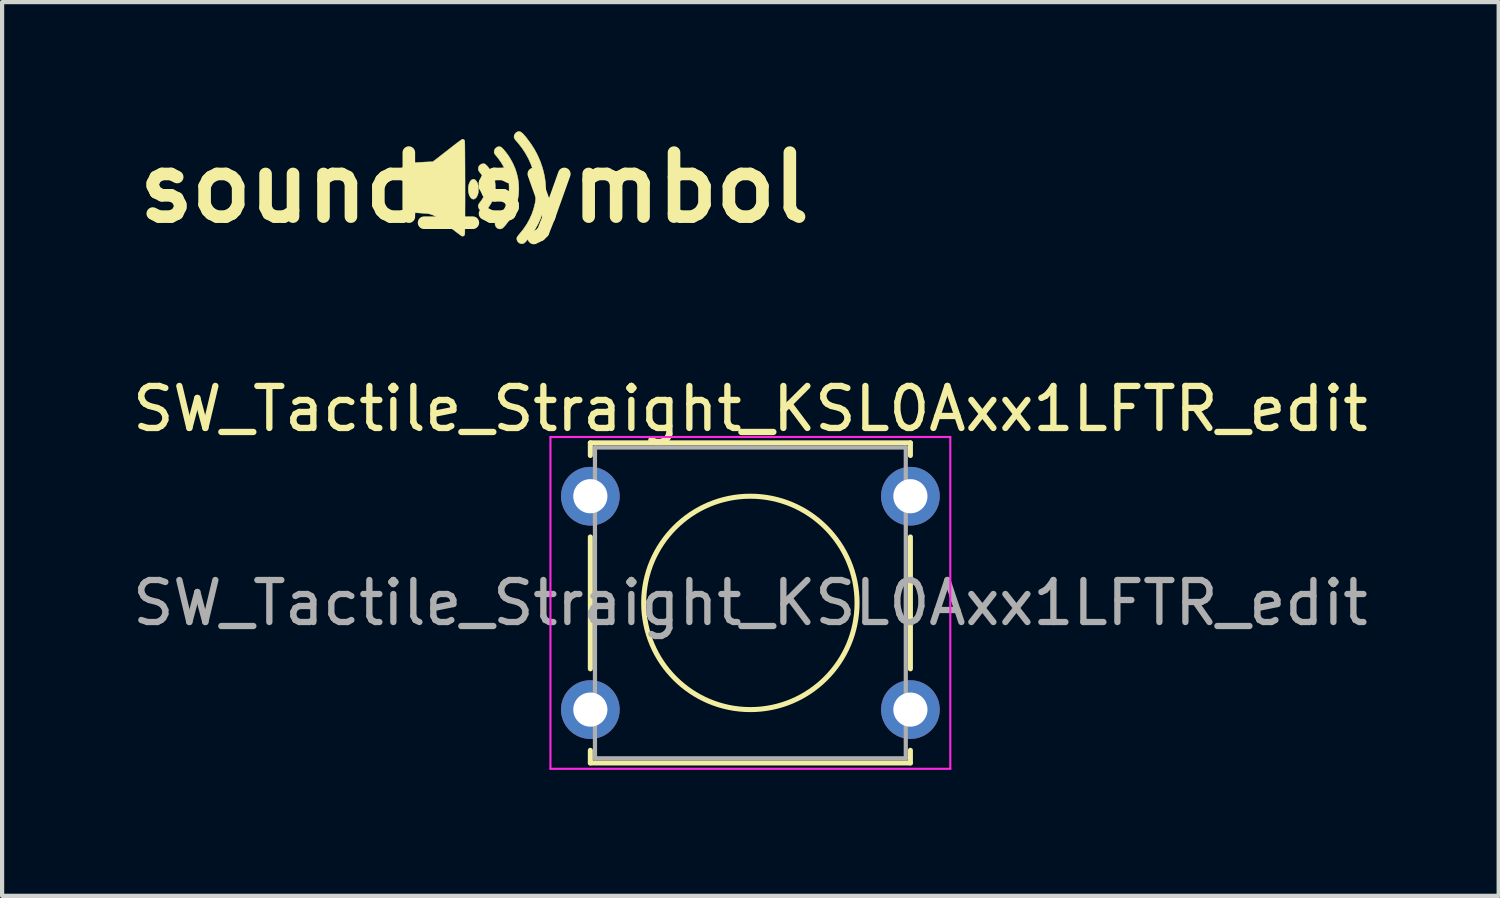
<source format=kicad_pcb>
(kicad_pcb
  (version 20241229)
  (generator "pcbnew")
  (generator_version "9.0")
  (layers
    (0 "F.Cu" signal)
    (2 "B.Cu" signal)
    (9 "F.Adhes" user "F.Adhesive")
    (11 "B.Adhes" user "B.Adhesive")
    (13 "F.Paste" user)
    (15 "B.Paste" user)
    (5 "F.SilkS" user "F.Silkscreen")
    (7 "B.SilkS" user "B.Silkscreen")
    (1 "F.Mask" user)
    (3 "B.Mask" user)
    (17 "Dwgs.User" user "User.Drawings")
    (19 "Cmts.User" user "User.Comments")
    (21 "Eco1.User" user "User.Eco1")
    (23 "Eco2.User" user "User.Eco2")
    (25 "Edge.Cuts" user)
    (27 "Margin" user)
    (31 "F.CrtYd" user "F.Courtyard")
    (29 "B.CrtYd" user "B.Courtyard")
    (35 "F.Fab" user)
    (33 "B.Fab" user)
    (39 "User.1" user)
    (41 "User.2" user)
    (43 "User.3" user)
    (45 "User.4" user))
  (footprint "sound_symbol"
    (layer "F.Cu")
    (at 8.244 1.418)
    (property "Reference" "sound_symbol" (at 0 0 0) (layer "F.SilkS") (effects (font (size 1.524 1.524) (thickness 0.3))))
    (attr through_hole)
    (fp_poly (pts (xy 0.016 -0.188) (xy 0.029 -0.178) (xy 0.057 -0.143) (xy 0.078 -0.1) (xy 0.091 -0.048) (xy 0.097 0.013) (xy 0.097 0.035) (xy 0.096 0.082) (xy 0.092 0.121) (xy 0.084 0.155) (xy 0.072 0.187) (xy 0.065 0.202) (xy 0.044 0.236) (xy 0.019 0.259) (xy -0.007 0.272) (xy -0.034 0.273) (xy -0.061 0.262) (xy -0.073 0.253) (xy -0.099 0.222) (xy -0.12 0.183) (xy -0.134 0.136) (xy -0.143 0.084) (xy -0.145 0.03) (xy -0.142 -0.024) (xy -0.131 -0.076) (xy -0.114 -0.124) (xy -0.11 -0.132) (xy -0.088 -0.165) (xy -0.064 -0.188) (xy -0.037 -0.199) (xy -0.01 -0.2) (xy 0.016 -0.188)) (stroke (width 0.01) (type solid)) (fill yes) (layer "F.SilkS"))
    (fp_poly (pts (xy 0.236 -0.569) (xy 0.253 -0.562) (xy 0.273 -0.548) (xy 0.296 -0.525) (xy 0.322 -0.495) (xy 0.35 -0.459) (xy 0.377 -0.42) (xy 0.402 -0.381) (xy 0.423 -0.342) (xy 0.424 -0.34) (xy 0.44 -0.303) (xy 0.457 -0.258) (xy 0.473 -0.21) (xy 0.485 -0.165) (xy 0.49 -0.143) (xy 0.493 -0.116) (xy 0.496 -0.079) (xy 0.498 -0.036) (xy 0.498 0) (xy 0.498 0.041) (xy 0.497 0.072) (xy 0.494 0.099) (xy 0.491 0.123) (xy 0.485 0.149) (xy 0.48 0.167) (xy 0.449 0.266) (xy 0.407 0.357) (xy 0.353 0.444) (xy 0.316 0.494) (xy 0.284 0.528) (xy 0.255 0.55) (xy 0.226 0.561) (xy 0.196 0.562) (xy 0.175 0.556) (xy 0.142 0.537) (xy 0.116 0.51) (xy 0.099 0.475) (xy 0.098 0.472) (xy 0.092 0.444) (xy 0.094 0.418) (xy 0.104 0.393) (xy 0.123 0.363) (xy 0.134 0.349) (xy 0.181 0.285) (xy 0.218 0.223) (xy 0.243 0.162) (xy 0.26 0.098) (xy 0.268 0.03) (xy 0.269 -0.01) (xy 0.264 -0.079) (xy 0.252 -0.144) (xy 0.231 -0.205) (xy 0.2 -0.266) (xy 0.159 -0.328) (xy 0.12 -0.375) (xy 0.101 -0.408) (xy 0.093 -0.443) (xy 0.096 -0.479) (xy 0.111 -0.514) (xy 0.119 -0.525) (xy 0.142 -0.547) (xy 0.172 -0.563) (xy 0.204 -0.57) (xy 0.236 -0.569)) (stroke (width 0.01) (type solid)) (fill yes) (layer "F.SilkS"))
    (fp_poly (pts (xy 0.61 -0.975) (xy 0.634 -0.966) (xy 0.651 -0.953) (xy 0.674 -0.932) (xy 0.7 -0.904) (xy 0.729 -0.869) (xy 0.76 -0.83) (xy 0.791 -0.789) (xy 0.82 -0.747) (xy 0.846 -0.706) (xy 0.911 -0.59) (xy 0.965 -0.47) (xy 1.006 -0.348) (xy 1.036 -0.224) (xy 1.053 -0.098) (xy 1.059 0.028) (xy 1.053 0.153) (xy 1.035 0.278) (xy 1.005 0.401) (xy 0.962 0.521) (xy 0.924 0.606) (xy 0.898 0.657) (xy 0.868 0.709) (xy 0.835 0.76) (xy 0.802 0.81) (xy 0.768 0.857) (xy 0.735 0.898) (xy 0.704 0.932) (xy 0.677 0.958) (xy 0.664 0.968) (xy 0.632 0.981) (xy 0.598 0.983) (xy 0.564 0.975) (xy 0.558 0.971) (xy 0.531 0.952) (xy 0.511 0.925) (xy 0.498 0.898) (xy 0.492 0.878) (xy 0.49 0.86) (xy 0.494 0.84) (xy 0.504 0.819) (xy 0.52 0.793) (xy 0.544 0.762) (xy 0.574 0.726) (xy 0.636 0.644) (xy 0.691 0.553) (xy 0.739 0.456) (xy 0.777 0.354) (xy 0.805 0.251) (xy 0.814 0.21) (xy 0.821 0.157) (xy 0.825 0.096) (xy 0.827 0.031) (xy 0.826 -0.033) (xy 0.823 -0.093) (xy 0.817 -0.143) (xy 0.791 -0.262) (xy 0.753 -0.377) (xy 0.703 -0.489) (xy 0.641 -0.596) (xy 0.568 -0.699) (xy 0.53 -0.746) (xy 0.51 -0.77) (xy 0.493 -0.791) (xy 0.481 -0.808) (xy 0.476 -0.818) (xy 0.47 -0.849) (xy 0.474 -0.883) (xy 0.487 -0.916) (xy 0.508 -0.943) (xy 0.509 -0.944) (xy 0.541 -0.966) (xy 0.575 -0.977) (xy 0.61 -0.975)) (stroke (width 0.01) (type solid)) (fill yes) (layer "F.SilkS"))
    (fp_poly (pts (xy 1.077 -1.335) (xy 1.099 -1.328) (xy 1.123 -1.313) (xy 1.149 -1.291) (xy 1.179 -1.26) (xy 1.213 -1.22) (xy 1.247 -1.178) (xy 1.345 -1.046) (xy 1.431 -0.911) (xy 1.505 -0.773) (xy 1.567 -0.63) (xy 1.618 -0.483) (xy 1.642 -0.397) (xy 1.662 -0.311) (xy 1.677 -0.231) (xy 1.688 -0.153) (xy 1.696 -0.072) (xy 1.7 0.017) (xy 1.7 0.022) (xy 1.699 0.173) (xy 1.686 0.318) (xy 1.662 0.459) (xy 1.626 0.595) (xy 1.578 0.73) (xy 1.518 0.862) (xy 1.452 0.982) (xy 1.429 1.02) (xy 1.401 1.062) (xy 1.37 1.105) (xy 1.337 1.149) (xy 1.305 1.191) (xy 1.273 1.23) (xy 1.243 1.264) (xy 1.217 1.292) (xy 1.196 1.312) (xy 1.184 1.321) (xy 1.158 1.332) (xy 1.129 1.337) (xy 1.105 1.334) (xy 1.068 1.317) (xy 1.039 1.292) (xy 1.019 1.261) (xy 1.01 1.225) (xy 1.01 1.216) (xy 1.011 1.2) (xy 1.014 1.185) (xy 1.022 1.17) (xy 1.035 1.151) (xy 1.054 1.127) (xy 1.076 1.101) (xy 1.167 0.989) (xy 1.247 0.871) (xy 1.314 0.75) (xy 1.37 0.625) (xy 1.414 0.496) (xy 1.446 0.364) (xy 1.465 0.229) (xy 1.472 0.092) (xy 1.471 0.022) (xy 1.459 -0.125) (xy 1.435 -0.27) (xy 1.398 -0.413) (xy 1.35 -0.551) (xy 1.29 -0.686) (xy 1.218 -0.817) (xy 1.136 -0.942) (xy 1.042 -1.062) (xy 1.018 -1.09) (xy 0.989 -1.123) (xy 0.967 -1.151) (xy 0.954 -1.173) (xy 0.946 -1.193) (xy 0.944 -1.212) (xy 0.946 -1.233) (xy 0.947 -1.241) (xy 0.959 -1.271) (xy 0.98 -1.299) (xy 1.007 -1.321) (xy 1.033 -1.333) (xy 1.056 -1.337) (xy 1.077 -1.335)) (stroke (width 0.01) (type solid)) (fill yes) (layer "F.SilkS"))
    (fp_poly (pts (xy -0.248 -1.143) (xy -0.233 -1.124) (xy -0.231 -1.118) (xy -0.23 -1.109) (xy -0.229 -1.088) (xy -0.228 -1.056) (xy -0.227 -1.013) (xy -0.226 -0.962) (xy -0.226 -0.901) (xy -0.225 -0.833) (xy -0.225 -0.757) (xy -0.224 -0.675) (xy -0.224 -0.588) (xy -0.223 -0.496) (xy -0.223 -0.4) (xy -0.223 -0.301) (xy -0.222 -0.199) (xy -0.222 -0.096) (xy -0.222 0.007) (xy -0.222 0.111) (xy -0.222 0.214) (xy -0.222 0.315) (xy -0.222 0.413) (xy -0.223 0.509) (xy -0.223 0.6) (xy -0.223 0.686) (xy -0.224 0.767) (xy -0.224 0.841) (xy -0.225 0.908) (xy -0.225 0.967) (xy -0.226 1.017) (xy -0.227 1.058) (xy -0.227 1.088) (xy -0.228 1.106) (xy -0.229 1.113) (xy -0.241 1.137) (xy -0.259 1.151) (xy -0.283 1.155) (xy -0.302 1.15) (xy -0.31 1.145) (xy -0.326 1.133) (xy -0.351 1.115) (xy -0.381 1.093) (xy -0.416 1.067) (xy -0.454 1.037) (xy -0.473 1.023) (xy -0.518 0.989) (xy -0.564 0.954) (xy -0.609 0.919) (xy -0.652 0.887) (xy -0.689 0.858) (xy -0.718 0.836) (xy -0.721 0.834) (xy -0.754 0.808) (xy -0.788 0.782) (xy -0.819 0.758) (xy -0.845 0.738) (xy -0.856 0.729) (xy -0.924 0.683) (xy -1 0.647) (xy -1.082 0.621) (xy -1.086 0.62) (xy -1.096 0.619) (xy -1.117 0.617) (xy -1.147 0.614) (xy -1.186 0.611) (xy -1.232 0.608) (xy -1.283 0.604) (xy -1.337 0.601) (xy -1.349 0.6) (xy -1.411 0.596) (xy -1.463 0.592) (xy -1.504 0.589) (xy -1.536 0.587) (xy -1.561 0.584) (xy -1.58 0.582) (xy -1.595 0.579) (xy -1.606 0.577) (xy -1.615 0.573) (xy -1.623 0.569) (xy -1.628 0.567) (xy -1.658 0.545) (xy -1.679 0.518) (xy -1.699 0.487) (xy -1.699 -0.487) (xy -1.679 -0.518) (xy -1.661 -0.542) (xy -1.638 -0.56) (xy -1.625 -0.567) (xy -1.616 -0.571) (xy -1.608 -0.575) (xy -1.598 -0.578) (xy -1.585 -0.581) (xy -1.569 -0.583) (xy -1.548 -0.586) (xy -1.52 -0.588) (xy -1.484 -0.591) (xy -1.44 -0.594) (xy -1.384 -0.597) (xy -1.341 -0.6) (xy -1.283 -0.604) (xy -1.228 -0.607) (xy -1.177 -0.61) (xy -1.131 -0.612) (xy -1.092 -0.614) (xy -1.062 -0.615) (xy -1.043 -0.616) (xy -1.041 -0.616) (xy -0.992 -0.616) (xy -0.942 -0.653) (xy -0.928 -0.664) (xy -0.904 -0.682) (xy -0.873 -0.706) (xy -0.836 -0.735) (xy -0.792 -0.769) (xy -0.745 -0.806) (xy -0.693 -0.846) (xy -0.64 -0.888) (xy -0.603 -0.917) (xy -0.55 -0.958) (xy -0.499 -0.998) (xy -0.452 -1.034) (xy -0.409 -1.067) (xy -0.371 -1.095) (xy -0.34 -1.118) (xy -0.316 -1.136) (xy -0.3 -1.146) (xy -0.294 -1.15) (xy -0.269 -1.152) (xy -0.248 -1.143)) (stroke (width 0.01) (type solid)) (fill yes) (layer "F.SilkS")))
  (footprint "SW_Tactile_Straight_KSL0Axx1LFTR_edit"
    (layer "F.Cu")
    (at 11.005 8.764)
    (property "Reference" "SW_Tactile_Straight_KSL0Axx1LFTR_edit" (at 3.81 -2.08 0) (layer "F.SilkS") (effects (font (size 1 1) (thickness 0.15))))
    (attr through_hole)
    (fp_line (start 0 -1.27) (end 0 -0.97) (stroke (width 0.12) (type solid)) (layer "F.SilkS"))
    (fp_line (start 0 -1.27) (end 7.62 -1.27) (stroke (width 0.12) (type solid)) (layer "F.SilkS"))
    (fp_line (start 0 0.97) (end 0 4.11) (stroke (width 0.12) (type solid)) (layer "F.SilkS"))
    (fp_line (start 0 6.05) (end 0 6.35) (stroke (width 0.12) (type solid)) (layer "F.SilkS"))
    (fp_line (start 7.62 -1.27) (end 7.62 -0.97) (stroke (width 0.12) (type solid)) (layer "F.SilkS"))
    (fp_line (start 7.62 0.97) (end 7.62 4.11) (stroke (width 0.12) (type solid)) (layer "F.SilkS"))
    (fp_line (start 7.62 6.05) (end 7.62 6.35) (stroke (width 0.12) (type solid)) (layer "F.SilkS"))
    (fp_line (start 7.62 6.35) (end 0 6.35) (stroke (width 0.12) (type solid)) (layer "F.SilkS"))
    (fp_circle (center 3.81 2.54) (end 3.81 0) (stroke (width 0.12) (type solid)) (fill no) (layer "F.SilkS"))
    (fp_line (start -0.95 -1.41) (end -0.95 6.49) (stroke (width 0.05) (type solid)) (layer "F.CrtYd"))
    (fp_line (start -0.95 -1.41) (end 8.57 -1.41) (stroke (width 0.05) (type solid)) (layer "F.CrtYd"))
    (fp_line (start 8.57 6.49) (end -0.95 6.49) (stroke (width 0.05) (type solid)) (layer "F.CrtYd"))
    (fp_line (start 8.57 6.49) (end 8.57 -1.41) (stroke (width 0.05) (type solid)) (layer "F.CrtYd"))
    (fp_line (start 0.11 -1.16) (end 7.51 -1.16) (stroke (width 0.1) (type solid)) (layer "F.Fab"))
    (fp_line (start 0.11 6.24) (end 0.11 -1.16) (stroke (width 0.1) (type solid)) (layer "F.Fab"))
    (fp_line (start 7.51 -1.16) (end 7.51 6.24) (stroke (width 0.1) (type solid)) (layer "F.Fab"))
    (fp_line (start 7.51 6.24) (end 0.11 6.24) (stroke (width 0.1) (type solid)) (layer "F.Fab"))
    (fp_text user "${REFERENCE}" (at 3.81 2.54 0) (layer "F.Fab") (effects (font (size 1 1) (thickness 0.15))))
    (pad "1" thru_hole circle (at 0 0) (size 1.397 1.397) (drill 0.813) (layers "*.Cu" "*.Mask"))
    (pad "2" thru_hole circle (at 0 5.08) (size 1.397 1.397) (drill 0.813) (layers "*.Cu" "*.Mask"))
    (pad "3" thru_hole circle (at 7.62 0) (size 1.397 1.397) (drill 0.813) (layers "*.Cu" "*.Mask"))
    (pad "4" thru_hole circle (at 7.62 5.08) (size 1.397 1.397) (drill 0.813) (layers "*.Cu" "*.Mask")))
  (gr_rect
    (start -3 -3)
    (end 32.631 18.279)
    (stroke (width 0.1) (type default))
    (fill no)
    (layer "Edge.Cuts")))
</source>
